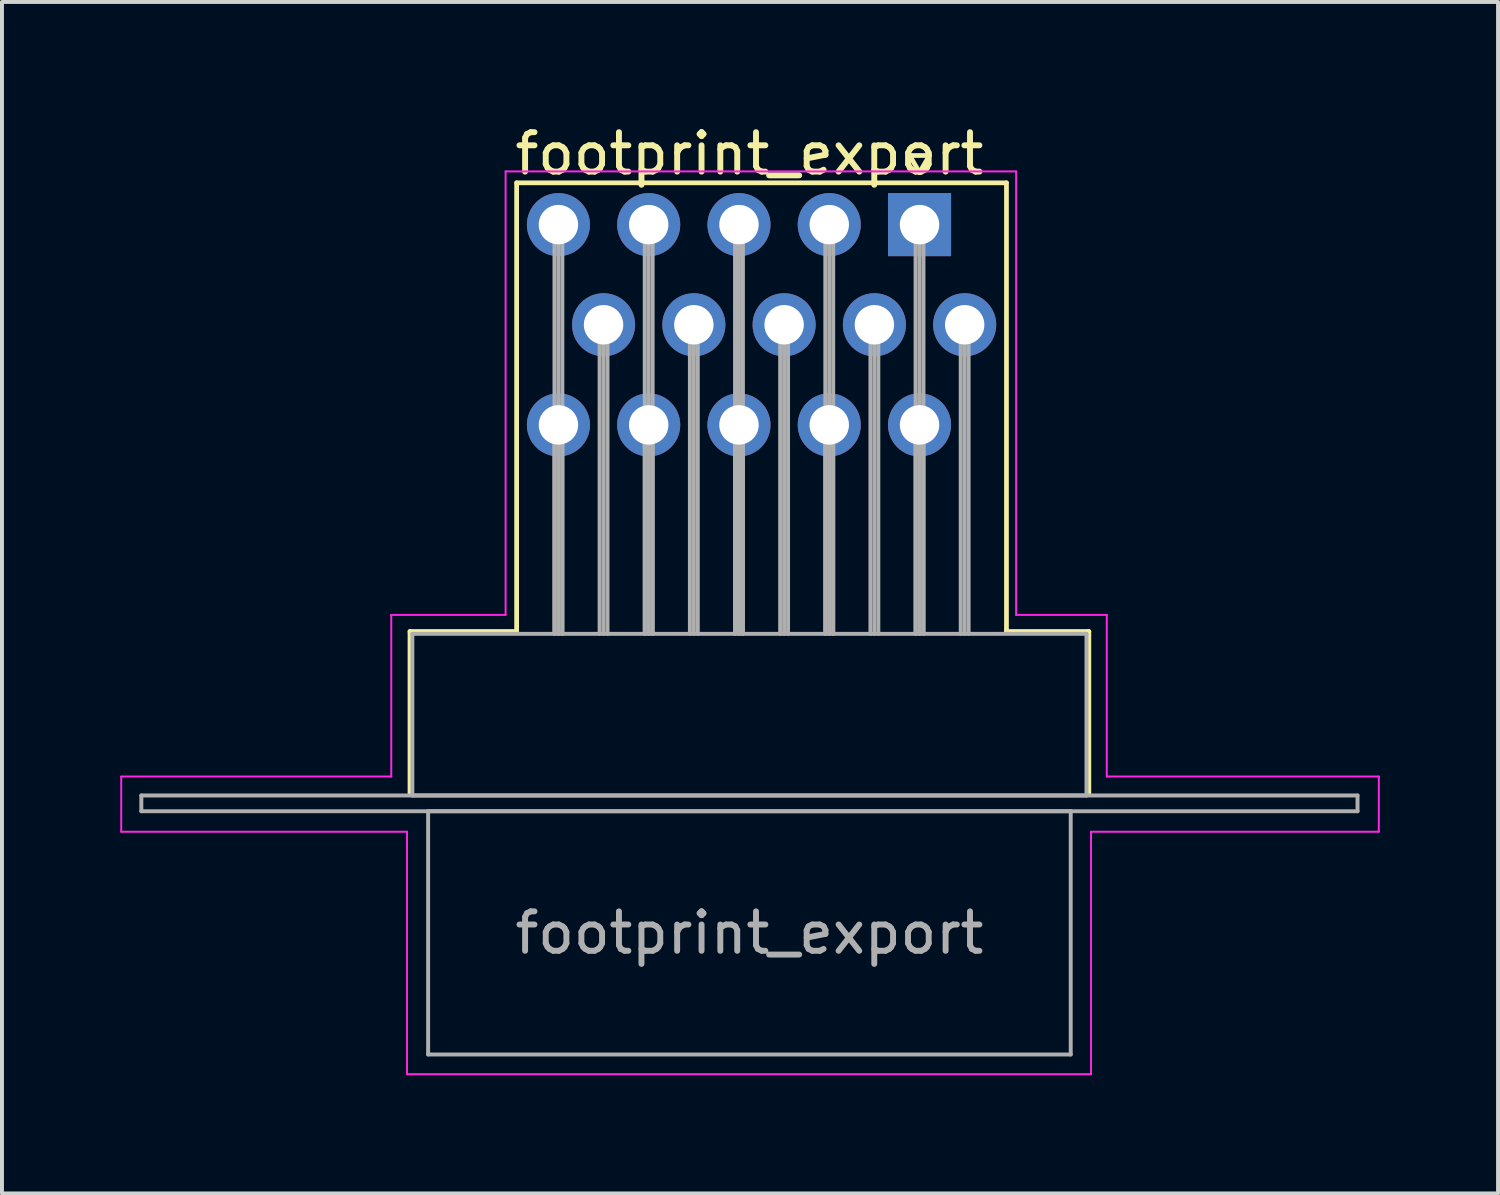
<source format=kicad_pcb>
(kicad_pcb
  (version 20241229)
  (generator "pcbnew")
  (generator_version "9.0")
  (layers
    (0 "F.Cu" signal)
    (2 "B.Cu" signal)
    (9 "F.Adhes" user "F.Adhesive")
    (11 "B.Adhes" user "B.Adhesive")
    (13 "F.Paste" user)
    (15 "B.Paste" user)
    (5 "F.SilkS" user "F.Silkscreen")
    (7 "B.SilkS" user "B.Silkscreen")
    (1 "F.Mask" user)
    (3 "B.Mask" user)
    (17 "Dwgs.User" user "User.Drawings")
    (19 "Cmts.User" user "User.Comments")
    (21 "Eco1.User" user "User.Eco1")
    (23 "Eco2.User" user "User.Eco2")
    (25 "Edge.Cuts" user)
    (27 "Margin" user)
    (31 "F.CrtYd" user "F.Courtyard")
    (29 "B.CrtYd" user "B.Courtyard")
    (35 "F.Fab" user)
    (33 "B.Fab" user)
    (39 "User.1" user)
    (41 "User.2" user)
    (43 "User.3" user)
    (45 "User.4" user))
  (footprint "footprint_export"
    (layer "F.Cu")
    (at 20.275 2.648)
    (property "Reference" "footprint_export" (at -4.315 -1.8 0) (layer "F.SilkS") (effects (font (size 1 1) (thickness 0.15))))
    (attr through_hole)
    (fp_line (start -12.925 10.32) (end -10.22 10.32) (stroke (width 0.12) (type solid)) (layer "F.SilkS"))
    (fp_line (start -12.925 14.42) (end -12.925 10.32) (stroke (width 0.12) (type solid)) (layer "F.SilkS"))
    (fp_line (start -10.22 -1.06) (end 2.205 -1.06) (stroke (width 0.12) (type solid)) (layer "F.SilkS"))
    (fp_line (start -10.22 10.32) (end -10.22 -1.06) (stroke (width 0.12) (type solid)) (layer "F.SilkS"))
    (fp_line (start -0.25 -1.754) (end 0.25 -1.754) (stroke (width 0.12) (type solid)) (layer "F.SilkS"))
    (fp_line (start 0 -1.321) (end -0.25 -1.754) (stroke (width 0.12) (type solid)) (layer "F.SilkS"))
    (fp_line (start 0.25 -1.754) (end 0 -1.321) (stroke (width 0.12) (type solid)) (layer "F.SilkS"))
    (fp_line (start 2.205 -1.06) (end 2.205 10.32) (stroke (width 0.12) (type solid)) (layer "F.SilkS"))
    (fp_line (start 2.205 10.32) (end 4.295 10.32) (stroke (width 0.12) (type solid)) (layer "F.SilkS"))
    (fp_line (start 4.295 10.32) (end 4.295 14.42) (stroke (width 0.12) (type solid)) (layer "F.SilkS"))
    (fp_line (start -20.25 14) (end -13.4 14) (stroke (width 0.05) (type solid)) (layer "F.CrtYd"))
    (fp_line (start -20.25 15.4) (end -20.25 14) (stroke (width 0.05) (type solid)) (layer "F.CrtYd"))
    (fp_line (start -13.4 9.9) (end -10.5 9.9) (stroke (width 0.05) (type solid)) (layer "F.CrtYd"))
    (fp_line (start -13.4 14) (end -13.4 9.9) (stroke (width 0.05) (type solid)) (layer "F.CrtYd"))
    (fp_line (start -13 15.4) (end -20.25 15.4) (stroke (width 0.05) (type solid)) (layer "F.CrtYd"))
    (fp_line (start -13 21.55) (end -13 15.4) (stroke (width 0.05) (type solid)) (layer "F.CrtYd"))
    (fp_line (start -10.5 -1.35) (end 2.45 -1.35) (stroke (width 0.05) (type solid)) (layer "F.CrtYd"))
    (fp_line (start -10.5 9.9) (end -10.5 -1.35) (stroke (width 0.05) (type solid)) (layer "F.CrtYd"))
    (fp_line (start 2.45 -1.35) (end 2.45 9.9) (stroke (width 0.05) (type solid)) (layer "F.CrtYd"))
    (fp_line (start 2.45 9.9) (end 4.75 9.9) (stroke (width 0.05) (type solid)) (layer "F.CrtYd"))
    (fp_line (start 4.35 15.4) (end 4.35 21.55) (stroke (width 0.05) (type solid)) (layer "F.CrtYd"))
    (fp_line (start 4.35 21.55) (end -13 21.55) (stroke (width 0.05) (type solid)) (layer "F.CrtYd"))
    (fp_line (start 4.75 9.9) (end 4.75 14) (stroke (width 0.05) (type solid)) (layer "F.CrtYd"))
    (fp_line (start 4.75 14) (end 11.65 14) (stroke (width 0.05) (type solid)) (layer "F.CrtYd"))
    (fp_line (start 11.65 14) (end 11.65 15.4) (stroke (width 0.05) (type solid)) (layer "F.CrtYd"))
    (fp_line (start 11.65 15.4) (end 4.35 15.4) (stroke (width 0.05) (type solid)) (layer "F.CrtYd"))
    (fp_line (start -19.74 14.48) (end -19.74 14.88) (stroke (width 0.1) (type solid)) (layer "F.Fab"))
    (fp_line (start -19.74 14.88) (end 11.11 14.88) (stroke (width 0.1) (type solid)) (layer "F.Fab"))
    (fp_line (start -12.865 10.38) (end -12.865 14.48) (stroke (width 0.1) (type solid)) (layer "F.Fab"))
    (fp_line (start -12.865 14.48) (end 4.235 14.48) (stroke (width 0.1) (type solid)) (layer "F.Fab"))
    (fp_line (start -12.465 14.88) (end -12.465 21.05) (stroke (width 0.1) (type solid)) (layer "F.Fab"))
    (fp_line (start -12.465 21.05) (end 3.835 21.05) (stroke (width 0.1) (type solid)) (layer "F.Fab"))
    (fp_line (start -9.26 0) (end -9.26 10.38) (stroke (width 0.1) (type solid)) (layer "F.Fab"))
    (fp_line (start -9.26 5.08) (end -9.26 10.38) (stroke (width 0.1) (type solid)) (layer "F.Fab"))
    (fp_line (start -9.16 0) (end -9.16 10.38) (stroke (width 0.1) (type solid)) (layer "F.Fab"))
    (fp_line (start -9.16 5.08) (end -9.16 10.38) (stroke (width 0.1) (type solid)) (layer "F.Fab"))
    (fp_line (start -9.06 0) (end -9.06 10.38) (stroke (width 0.1) (type solid)) (layer "F.Fab"))
    (fp_line (start -9.06 5.08) (end -9.06 10.38) (stroke (width 0.1) (type solid)) (layer "F.Fab"))
    (fp_line (start -8.115 2.54) (end -8.115 10.38) (stroke (width 0.1) (type solid)) (layer "F.Fab"))
    (fp_line (start -8.015 2.54) (end -8.015 10.38) (stroke (width 0.1) (type solid)) (layer "F.Fab"))
    (fp_line (start -7.915 2.54) (end -7.915 10.38) (stroke (width 0.1) (type solid)) (layer "F.Fab"))
    (fp_line (start -6.97 0) (end -6.97 10.38) (stroke (width 0.1) (type solid)) (layer "F.Fab"))
    (fp_line (start -6.97 5.08) (end -6.97 10.38) (stroke (width 0.1) (type solid)) (layer "F.Fab"))
    (fp_line (start -6.87 0) (end -6.87 10.38) (stroke (width 0.1) (type solid)) (layer "F.Fab"))
    (fp_line (start -6.87 5.08) (end -6.87 10.38) (stroke (width 0.1) (type solid)) (layer "F.Fab"))
    (fp_line (start -6.77 0) (end -6.77 10.38) (stroke (width 0.1) (type solid)) (layer "F.Fab"))
    (fp_line (start -6.77 5.08) (end -6.77 10.38) (stroke (width 0.1) (type solid)) (layer "F.Fab"))
    (fp_line (start -5.825 2.54) (end -5.825 10.38) (stroke (width 0.1) (type solid)) (layer "F.Fab"))
    (fp_line (start -5.725 2.54) (end -5.725 10.38) (stroke (width 0.1) (type solid)) (layer "F.Fab"))
    (fp_line (start -5.625 2.54) (end -5.625 10.38) (stroke (width 0.1) (type solid)) (layer "F.Fab"))
    (fp_line (start -4.68 0) (end -4.68 10.38) (stroke (width 0.1) (type solid)) (layer "F.Fab"))
    (fp_line (start -4.68 5.08) (end -4.68 10.38) (stroke (width 0.1) (type solid)) (layer "F.Fab"))
    (fp_line (start -4.58 0) (end -4.58 10.38) (stroke (width 0.1) (type solid)) (layer "F.Fab"))
    (fp_line (start -4.58 5.08) (end -4.58 10.38) (stroke (width 0.1) (type solid)) (layer "F.Fab"))
    (fp_line (start -4.48 0) (end -4.48 10.38) (stroke (width 0.1) (type solid)) (layer "F.Fab"))
    (fp_line (start -4.48 5.08) (end -4.48 10.38) (stroke (width 0.1) (type solid)) (layer "F.Fab"))
    (fp_line (start -3.535 2.54) (end -3.535 10.38) (stroke (width 0.1) (type solid)) (layer "F.Fab"))
    (fp_line (start -3.435 2.54) (end -3.435 10.38) (stroke (width 0.1) (type solid)) (layer "F.Fab"))
    (fp_line (start -3.335 2.54) (end -3.335 10.38) (stroke (width 0.1) (type solid)) (layer "F.Fab"))
    (fp_line (start -2.39 0) (end -2.39 10.38) (stroke (width 0.1) (type solid)) (layer "F.Fab"))
    (fp_line (start -2.39 5.08) (end -2.39 10.38) (stroke (width 0.1) (type solid)) (layer "F.Fab"))
    (fp_line (start -2.29 0) (end -2.29 10.38) (stroke (width 0.1) (type solid)) (layer "F.Fab"))
    (fp_line (start -2.29 5.08) (end -2.29 10.38) (stroke (width 0.1) (type solid)) (layer "F.Fab"))
    (fp_line (start -2.19 0) (end -2.19 10.38) (stroke (width 0.1) (type solid)) (layer "F.Fab"))
    (fp_line (start -2.19 5.08) (end -2.19 10.38) (stroke (width 0.1) (type solid)) (layer "F.Fab"))
    (fp_line (start -1.245 2.54) (end -1.245 10.38) (stroke (width 0.1) (type solid)) (layer "F.Fab"))
    (fp_line (start -1.145 2.54) (end -1.145 10.38) (stroke (width 0.1) (type solid)) (layer "F.Fab"))
    (fp_line (start -1.045 2.54) (end -1.045 10.38) (stroke (width 0.1) (type solid)) (layer "F.Fab"))
    (fp_line (start -0.1 0) (end -0.1 10.38) (stroke (width 0.1) (type solid)) (layer "F.Fab"))
    (fp_line (start -0.1 5.08) (end -0.1 10.38) (stroke (width 0.1) (type solid)) (layer "F.Fab"))
    (fp_line (start 0 0) (end 0 10.38) (stroke (width 0.1) (type solid)) (layer "F.Fab"))
    (fp_line (start 0 5.08) (end 0 10.38) (stroke (width 0.1) (type solid)) (layer "F.Fab"))
    (fp_line (start 0.1 0) (end 0.1 10.38) (stroke (width 0.1) (type solid)) (layer "F.Fab"))
    (fp_line (start 0.1 5.08) (end 0.1 10.38) (stroke (width 0.1) (type solid)) (layer "F.Fab"))
    (fp_line (start 1.045 2.54) (end 1.045 10.38) (stroke (width 0.1) (type solid)) (layer "F.Fab"))
    (fp_line (start 1.145 2.54) (end 1.145 10.38) (stroke (width 0.1) (type solid)) (layer "F.Fab"))
    (fp_line (start 1.245 2.54) (end 1.245 10.38) (stroke (width 0.1) (type solid)) (layer "F.Fab"))
    (fp_line (start 3.835 14.88) (end -12.465 14.88) (stroke (width 0.1) (type solid)) (layer "F.Fab"))
    (fp_line (start 3.835 21.05) (end 3.835 14.88) (stroke (width 0.1) (type solid)) (layer "F.Fab"))
    (fp_line (start 4.235 10.38) (end -12.865 10.38) (stroke (width 0.1) (type solid)) (layer "F.Fab"))
    (fp_line (start 4.235 14.48) (end 4.235 10.38) (stroke (width 0.1) (type solid)) (layer "F.Fab"))
    (fp_line (start 11.11 14.48) (end -19.74 14.48) (stroke (width 0.1) (type solid)) (layer "F.Fab"))
    (fp_line (start 11.11 14.88) (end 11.11 14.48) (stroke (width 0.1) (type solid)) (layer "F.Fab"))
    (fp_text user "${REFERENCE}" (at -4.315 17.965 0) (layer "F.Fab") (effects (font (size 1 1) (thickness 0.15))))
    (pad "1" thru_hole rect (at 0 0) (size 1.6 1.6) (drill 1) (layers "*.Cu" "*.Mask"))
    (pad "2" thru_hole circle (at -2.29 0) (size 1.6 1.6) (drill 1) (layers "*.Cu" "*.Mask"))
    (pad "3" thru_hole circle (at -4.58 0) (size 1.6 1.6) (drill 1) (layers "*.Cu" "*.Mask"))
    (pad "4" thru_hole circle (at -6.87 0) (size 1.6 1.6) (drill 1) (layers "*.Cu" "*.Mask"))
    (pad "5" thru_hole circle (at -9.16 0) (size 1.6 1.6) (drill 1) (layers "*.Cu" "*.Mask"))
    (pad "6" thru_hole circle (at 1.145 2.54) (size 1.6 1.6) (drill 1) (layers "*.Cu" "*.Mask"))
    (pad "7" thru_hole circle (at -1.145 2.54) (size 1.6 1.6) (drill 1) (layers "*.Cu" "*.Mask"))
    (pad "8" thru_hole circle (at -3.435 2.54) (size 1.6 1.6) (drill 1) (layers "*.Cu" "*.Mask"))
    (pad "9" thru_hole circle (at -5.725 2.54) (size 1.6 1.6) (drill 1) (layers "*.Cu" "*.Mask"))
    (pad "10" thru_hole circle (at -8.015 2.54) (size 1.6 1.6) (drill 1) (layers "*.Cu" "*.Mask"))
    (pad "11" thru_hole circle (at 0 5.08) (size 1.6 1.6) (drill 1) (layers "*.Cu" "*.Mask"))
    (pad "12" thru_hole circle (at -2.29 5.08) (size 1.6 1.6) (drill 1) (layers "*.Cu" "*.Mask"))
    (pad "13" thru_hole circle (at -4.58 5.08) (size 1.6 1.6) (drill 1) (layers "*.Cu" "*.Mask"))
    (pad "14" thru_hole circle (at -6.87 5.08) (size 1.6 1.6) (drill 1) (layers "*.Cu" "*.Mask"))
    (pad "15" thru_hole circle (at -9.16 5.08) (size 1.6 1.6) (drill 1) (layers "*.Cu" "*.Mask")))
  (gr_rect
    (start -3 -3)
    (end 34.95 27.223)
    (stroke (width 0.1) (type default))
    (fill no)
    (layer "Edge.Cuts")))
</source>
